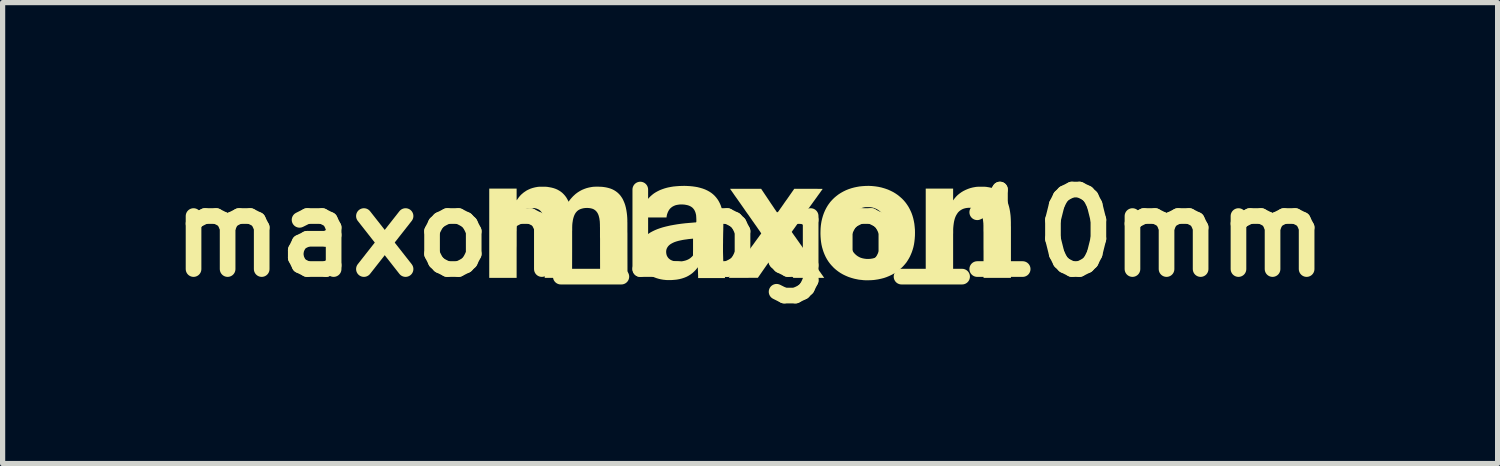
<source format=kicad_pcb>
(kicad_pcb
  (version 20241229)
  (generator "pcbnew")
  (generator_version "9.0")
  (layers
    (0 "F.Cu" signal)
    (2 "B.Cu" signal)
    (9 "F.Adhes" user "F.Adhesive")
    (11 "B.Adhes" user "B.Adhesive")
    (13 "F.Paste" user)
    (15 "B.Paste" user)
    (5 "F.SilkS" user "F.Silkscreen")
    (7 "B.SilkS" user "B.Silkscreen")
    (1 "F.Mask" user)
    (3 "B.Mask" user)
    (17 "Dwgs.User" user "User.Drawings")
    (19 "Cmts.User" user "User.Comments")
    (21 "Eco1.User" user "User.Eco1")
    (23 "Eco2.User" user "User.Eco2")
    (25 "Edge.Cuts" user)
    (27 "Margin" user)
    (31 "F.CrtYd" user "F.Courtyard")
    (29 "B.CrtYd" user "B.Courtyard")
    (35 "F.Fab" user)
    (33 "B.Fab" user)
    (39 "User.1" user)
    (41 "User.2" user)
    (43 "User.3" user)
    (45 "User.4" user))
  (footprint "maxon_Logo_10mm"
    (layer "F.Cu")
    (at 11.328 1.418)
    (property "Reference" "maxon_Logo_10mm" (at 0 0 0) (layer "F.SilkS") (effects (font (size 1.524 1.524) (thickness 0.3))))
    (attr board_only exclude_from_pos_files exclude_from_bom)
    (fp_poly (pts (xy 4.442 -0.889) (xy 4.463 -0.889) (xy 4.482 -0.889) (xy 4.5 -0.888) (xy 4.516 -0.887) (xy 4.527 -0.886) (xy 4.546 -0.883) (xy 4.565 -0.88) (xy 4.584 -0.877) (xy 4.602 -0.873) (xy 4.617 -0.87) (xy 4.621 -0.869) (xy 4.65 -0.861) (xy 4.678 -0.851) (xy 4.707 -0.839) (xy 4.734 -0.826) (xy 4.759 -0.812) (xy 4.773 -0.804) (xy 4.803 -0.782) (xy 4.83 -0.757) (xy 4.855 -0.73) (xy 4.879 -0.701) (xy 4.9 -0.668) (xy 4.919 -0.633) (xy 4.936 -0.595) (xy 4.95 -0.554) (xy 4.963 -0.51) (xy 4.974 -0.463) (xy 4.983 -0.413) (xy 4.99 -0.36) (xy 4.994 -0.325) (xy 4.994 -0.317) (xy 4.995 -0.309) (xy 4.995 -0.301) (xy 4.996 -0.293) (xy 4.996 -0.284) (xy 4.997 -0.275) (xy 4.997 -0.265) (xy 4.998 -0.254) (xy 4.998 -0.242) (xy 4.998 -0.229) (xy 4.999 -0.215) (xy 4.999 -0.2) (xy 4.999 -0.182) (xy 4.999 -0.163) (xy 4.999 -0.142) (xy 5 -0.119) (xy 5 -0.094) (xy 5 -0.067) (xy 5 -0.037) (xy 5 -0.005) (xy 5 0.03) (xy 5 0.068) (xy 5 0.108) (xy 5 0.152) (xy 5 0.2) (xy 5 0.25) (xy 5 0.305) (xy 5 0.329) (xy 5 0.858) (xy 4.475 0.858) (xy 4.475 0.35) (xy 4.474 0.291) (xy 4.474 0.237) (xy 4.474 0.186) (xy 4.474 0.139) (xy 4.474 0.095) (xy 4.474 0.055) (xy 4.474 0.018) (xy 4.474 -0.016) (xy 4.473 -0.046) (xy 4.473 -0.074) (xy 4.473 -0.098) (xy 4.473 -0.119) (xy 4.473 -0.137) (xy 4.473 -0.152) (xy 4.472 -0.164) (xy 4.472 -0.174) (xy 4.472 -0.181) (xy 4.472 -0.184) (xy 4.468 -0.221) (xy 4.464 -0.254) (xy 4.459 -0.283) (xy 4.452 -0.31) (xy 4.445 -0.334) (xy 4.437 -0.356) (xy 4.427 -0.376) (xy 4.417 -0.393) (xy 4.404 -0.409) (xy 4.394 -0.42) (xy 4.381 -0.433) (xy 4.367 -0.444) (xy 4.353 -0.453) (xy 4.34 -0.46) (xy 4.319 -0.469) (xy 4.298 -0.475) (xy 4.275 -0.48) (xy 4.251 -0.483) (xy 4.225 -0.485) (xy 4.189 -0.485) (xy 4.154 -0.482) (xy 4.122 -0.476) (xy 4.091 -0.467) (xy 4.063 -0.455) (xy 4.038 -0.44) (xy 4.014 -0.423) (xy 3.993 -0.403) (xy 3.981 -0.389) (xy 3.965 -0.365) (xy 3.95 -0.34) (xy 3.937 -0.313) (xy 3.926 -0.284) (xy 3.917 -0.252) (xy 3.909 -0.218) (xy 3.903 -0.18) (xy 3.898 -0.14) (xy 3.894 -0.096) (xy 3.894 -0.088) (xy 3.893 -0.083) (xy 3.893 -0.074) (xy 3.893 -0.061) (xy 3.893 -0.045) (xy 3.893 -0.026) (xy 3.893 -0.003) (xy 3.892 0.022) (xy 3.892 0.051) (xy 3.892 0.082) (xy 3.892 0.117) (xy 3.892 0.153) (xy 3.892 0.192) (xy 3.892 0.234) (xy 3.892 0.278) (xy 3.892 0.324) (xy 3.892 0.372) (xy 3.892 0.401) (xy 3.892 0.858) (xy 3.367 0.858) (xy 3.367 -0.853) (xy 3.892 -0.853) (xy 3.892 -0.626) (xy 3.903 -0.642) (xy 3.925 -0.671) (xy 3.95 -0.7) (xy 3.977 -0.727) (xy 4.008 -0.753) (xy 4.04 -0.776) (xy 4.051 -0.784) (xy 4.091 -0.808) (xy 4.134 -0.829) (xy 4.177 -0.847) (xy 4.223 -0.863) (xy 4.271 -0.875) (xy 4.321 -0.884) (xy 4.337 -0.886) (xy 4.349 -0.887) (xy 4.364 -0.888) (xy 4.382 -0.889) (xy 4.401 -0.889) (xy 4.422 -0.889)) (stroke (width 0) (type solid)) (fill yes) (layer "F.SilkS"))
    (fp_poly (pts (xy 2.338 -0.902) (xy 2.398 -0.896) (xy 2.457 -0.887) (xy 2.514 -0.875) (xy 2.57 -0.859) (xy 2.589 -0.853) (xy 2.643 -0.834) (xy 2.694 -0.811) (xy 2.744 -0.786) (xy 2.79 -0.758) (xy 2.835 -0.727) (xy 2.876 -0.693) (xy 2.911 -0.662) (xy 2.947 -0.625) (xy 2.979 -0.587) (xy 3.008 -0.547) (xy 3.035 -0.506) (xy 3.059 -0.462) (xy 3.081 -0.416) (xy 3.095 -0.384) (xy 3.112 -0.336) (xy 3.127 -0.285) (xy 3.139 -0.232) (xy 3.149 -0.177) (xy 3.155 -0.121) (xy 3.16 -0.064) (xy 3.161 -0.006) (xy 3.16 0.05) (xy 3.156 0.108) (xy 3.15 0.163) (xy 3.142 0.216) (xy 3.131 0.267) (xy 3.117 0.316) (xy 3.101 0.364) (xy 3.082 0.41) (xy 3.062 0.454) (xy 3.041 0.492) (xy 3.019 0.528) (xy 2.996 0.563) (xy 2.97 0.595) (xy 2.941 0.628) (xy 2.917 0.653) (xy 2.884 0.684) (xy 2.851 0.713) (xy 2.818 0.738) (xy 2.782 0.762) (xy 2.744 0.784) (xy 2.718 0.798) (xy 2.668 0.822) (xy 2.617 0.843) (xy 2.565 0.861) (xy 2.51 0.875) (xy 2.454 0.887) (xy 2.396 0.896) (xy 2.352 0.901) (xy 2.342 0.901) (xy 2.329 0.902) (xy 2.315 0.903) (xy 2.298 0.903) (xy 2.281 0.904) (xy 2.264 0.904) (xy 2.248 0.904) (xy 2.233 0.905) (xy 2.221 0.904) (xy 2.21 0.904) (xy 2.207 0.904) (xy 2.17 0.902) (xy 2.137 0.898) (xy 2.105 0.895) (xy 2.076 0.891) (xy 2.047 0.885) (xy 2.018 0.879) (xy 1.995 0.874) (xy 1.939 0.858) (xy 1.885 0.84) (xy 1.833 0.818) (xy 1.783 0.794) (xy 1.736 0.767) (xy 1.691 0.737) (xy 1.648 0.704) (xy 1.608 0.669) (xy 1.571 0.631) (xy 1.536 0.591) (xy 1.504 0.549) (xy 1.475 0.504) (xy 1.449 0.457) (xy 1.426 0.407) (xy 1.406 0.356) (xy 1.394 0.319) (xy 1.38 0.271) (xy 1.369 0.222) (xy 1.361 0.173) (xy 1.355 0.122) (xy 1.351 0.069) (xy 1.349 0.016) (xy 1.888 0.016) (xy 1.89 0.061) (xy 1.894 0.111) (xy 1.9 0.157) (xy 1.909 0.2) (xy 1.92 0.241) (xy 1.933 0.278) (xy 1.949 0.313) (xy 1.967 0.345) (xy 1.987 0.374) (xy 2.009 0.399) (xy 2.034 0.422) (xy 2.061 0.442) (xy 2.09 0.459) (xy 2.121 0.473) (xy 2.155 0.483) (xy 2.163 0.485) (xy 2.195 0.491) (xy 2.229 0.495) (xy 2.264 0.496) (xy 2.299 0.494) (xy 2.311 0.493) (xy 2.347 0.487) (xy 2.381 0.478) (xy 2.413 0.466) (xy 2.443 0.45) (xy 2.471 0.431) (xy 2.497 0.409) (xy 2.521 0.385) (xy 2.542 0.357) (xy 2.557 0.334) (xy 2.573 0.303) (xy 2.587 0.269) (xy 2.6 0.232) (xy 2.61 0.192) (xy 2.618 0.15) (xy 2.624 0.105) (xy 2.627 0.058) (xy 2.629 0.009) (xy 2.629 -0.001) (xy 2.628 -0.053) (xy 2.624 -0.102) (xy 2.618 -0.149) (xy 2.61 -0.193) (xy 2.599 -0.234) (xy 2.586 -0.272) (xy 2.571 -0.307) (xy 2.553 -0.34) (xy 2.533 -0.369) (xy 2.511 -0.396) (xy 2.487 -0.419) (xy 2.46 -0.44) (xy 2.431 -0.458) (xy 2.4 -0.472) (xy 2.366 -0.484) (xy 2.365 -0.485) (xy 2.35 -0.489) (xy 2.337 -0.492) (xy 2.323 -0.494) (xy 2.31 -0.496) (xy 2.295 -0.497) (xy 2.278 -0.497) (xy 2.258 -0.498) (xy 2.254 -0.498) (xy 2.238 -0.498) (xy 2.226 -0.498) (xy 2.217 -0.497) (xy 2.209 -0.497) (xy 2.202 -0.496) (xy 2.196 -0.495) (xy 2.189 -0.494) (xy 2.182 -0.493) (xy 2.18 -0.492) (xy 2.145 -0.483) (xy 2.112 -0.471) (xy 2.081 -0.456) (xy 2.053 -0.439) (xy 2.027 -0.418) (xy 2.003 -0.395) (xy 1.981 -0.368) (xy 1.964 -0.342) (xy 1.948 -0.313) (xy 1.933 -0.28) (xy 1.921 -0.245) (xy 1.91 -0.207) (xy 1.902 -0.166) (xy 1.895 -0.123) (xy 1.89 -0.079) (xy 1.888 -0.032) (xy 1.888 0.016) (xy 1.349 0.016) (xy 1.349 0.014) (xy 1.349 -0.003) (xy 1.35 -0.051) (xy 1.352 -0.097) (xy 1.356 -0.141) (xy 1.362 -0.184) (xy 1.369 -0.226) (xy 1.379 -0.269) (xy 1.383 -0.285) (xy 1.398 -0.336) (xy 1.416 -0.386) (xy 1.437 -0.435) (xy 1.461 -0.482) (xy 1.487 -0.526) (xy 1.506 -0.554) (xy 1.538 -0.597) (xy 1.573 -0.636) (xy 1.611 -0.674) (xy 1.651 -0.708) (xy 1.694 -0.741) (xy 1.739 -0.77) (xy 1.787 -0.797) (xy 1.836 -0.821) (xy 1.888 -0.842) (xy 1.942 -0.86) (xy 1.998 -0.875) (xy 2.036 -0.883) (xy 2.096 -0.894) (xy 2.156 -0.9) (xy 2.217 -0.904) (xy 2.277 -0.905)) (stroke (width 0) (type solid)) (fill yes) (layer "F.SilkS"))
    (fp_poly (pts (xy 1.159 -0.849) (xy 1.194 -0.849) (xy 1.225 -0.849) (xy 1.254 -0.849) (xy 1.279 -0.849) (xy 1.301 -0.848) (xy 1.32 -0.848) (xy 1.337 -0.848) (xy 1.351 -0.848) (xy 1.363 -0.848) (xy 1.372 -0.848) (xy 1.38 -0.848) (xy 1.385 -0.847) (xy 1.389 -0.847) (xy 1.391 -0.847) (xy 1.391 -0.846) (xy 1.391 -0.846) (xy 1.39 -0.845) (xy 1.387 -0.84) (xy 1.382 -0.833) (xy 1.374 -0.822) (xy 1.365 -0.81) (xy 1.354 -0.795) (xy 1.342 -0.777) (xy 1.328 -0.758) (xy 1.312 -0.736) (xy 1.295 -0.713) (xy 1.277 -0.687) (xy 1.257 -0.66) (xy 1.237 -0.632) (xy 1.215 -0.602) (xy 1.193 -0.571) (xy 1.169 -0.538) (xy 1.145 -0.505) (xy 1.121 -0.471) (xy 1.095 -0.436) (xy 1.07 -0.401) (xy 1.045 -0.366) (xy 1.021 -0.333) (xy 0.998 -0.3) (xy 0.975 -0.269) (xy 0.954 -0.239) (xy 0.933 -0.211) (xy 0.914 -0.184) (xy 0.895 -0.158) (xy 0.878 -0.135) (xy 0.863 -0.113) (xy 0.849 -0.094) (xy 0.836 -0.076) (xy 0.825 -0.061) (xy 0.816 -0.049) (xy 0.809 -0.039) (xy 0.804 -0.031) (xy 0.8 -0.027) (xy 0.799 -0.025) (xy 0.8 -0.022) (xy 0.802 -0.017) (xy 0.807 -0.009) (xy 0.814 0.001) (xy 0.817 0.005) (xy 0.821 0.01) (xy 0.826 0.018) (xy 0.833 0.028) (xy 0.842 0.041) (xy 0.853 0.056) (xy 0.865 0.073) (xy 0.879 0.092) (xy 0.893 0.113) (xy 0.909 0.135) (xy 0.926 0.159) (xy 0.943 0.183) (xy 0.961 0.209) (xy 0.98 0.235) (xy 0.999 0.262) (xy 0.999 0.263) (xy 1.021 0.293) (xy 1.043 0.324) (xy 1.066 0.357) (xy 1.09 0.391) (xy 1.115 0.425) (xy 1.139 0.46) (xy 1.163 0.493) (xy 1.186 0.527) (xy 1.209 0.559) (xy 1.23 0.589) (xy 1.251 0.617) (xy 1.269 0.644) (xy 1.285 0.666) (xy 1.301 0.689) (xy 1.317 0.712) (xy 1.332 0.733) (xy 1.347 0.753) (xy 1.36 0.772) (xy 1.372 0.789) (xy 1.383 0.805) (xy 1.393 0.818) (xy 1.401 0.83) (xy 1.407 0.839) (xy 1.412 0.845) (xy 1.414 0.849) (xy 1.415 0.849) (xy 1.421 0.858) (xy 0.829 0.858) (xy 0.66 0.612) (xy 0.491 0.365) (xy 0.486 0.372) (xy 0.484 0.374) (xy 0.481 0.379) (xy 0.475 0.387) (xy 0.468 0.397) (xy 0.459 0.41) (xy 0.448 0.426) (xy 0.436 0.443) (xy 0.423 0.462) (xy 0.409 0.483) (xy 0.393 0.505) (xy 0.377 0.529) (xy 0.36 0.554) (xy 0.342 0.58) (xy 0.323 0.606) (xy 0.315 0.618) (xy 0.149 0.857) (xy -0.13 0.858) (xy -0.408 0.858) (xy -0.395 0.841) (xy -0.391 0.834) (xy -0.384 0.825) (xy -0.375 0.813) (xy -0.365 0.799) (xy -0.353 0.783) (xy -0.339 0.764) (xy -0.325 0.744) (xy -0.309 0.722) (xy -0.291 0.699) (xy -0.273 0.674) (xy -0.254 0.648) (xy -0.234 0.621) (xy -0.214 0.592) (xy -0.192 0.563) (xy -0.171 0.533) (xy -0.148 0.503) (xy -0.126 0.473) (xy -0.103 0.442) (xy -0.081 0.411) (xy -0.058 0.38) (xy -0.036 0.349) (xy -0.014 0.319) (xy 0.008 0.289) (xy 0.029 0.26) (xy 0.05 0.232) (xy 0.07 0.205) (xy 0.089 0.178) (xy 0.107 0.153) (xy 0.124 0.13) (xy 0.14 0.108) (xy 0.155 0.088) (xy 0.168 0.07) (xy 0.18 0.053) (xy 0.19 0.039) (xy 0.199 0.027) (xy 0.206 0.018) (xy 0.21 0.011) (xy 0.213 0.007) (xy 0.214 0.006) (xy 0.213 0.005) (xy 0.21 -0.000167) (xy 0.205 -0.007) (xy 0.199 -0.017) (xy 0.191 -0.029) (xy 0.182 -0.042) (xy 0.172 -0.057) (xy 0.16 -0.073) (xy 0.148 -0.09) (xy 0.142 -0.1) (xy 0.136 -0.108) (xy 0.128 -0.119) (xy 0.119 -0.133) (xy 0.108 -0.148) (xy 0.095 -0.166) (xy 0.081 -0.186) (xy 0.066 -0.208) (xy 0.049 -0.231) (xy 0.032 -0.256) (xy 0.014 -0.282) (xy -0.006 -0.31) (xy -0.025 -0.338) (xy -0.046 -0.367) (xy -0.067 -0.396) (xy -0.088 -0.426) (xy -0.109 -0.457) (xy -0.13 -0.487) (xy -0.151 -0.517) (xy -0.172 -0.547) (xy -0.193 -0.577) (xy -0.213 -0.605) (xy -0.233 -0.634) (xy -0.252 -0.661) (xy -0.27 -0.686) (xy -0.288 -0.711) (xy -0.304 -0.734) (xy -0.319 -0.756) (xy -0.332 -0.775) (xy -0.345 -0.793) (xy -0.355 -0.808) (xy -0.365 -0.821) (xy -0.372 -0.831) (xy -0.377 -0.839) (xy -0.381 -0.844) (xy -0.381 -0.844) (xy -0.384 -0.849) (xy -0.086 -0.849) (xy 0.212 -0.849) (xy 0.366 -0.619) (xy 0.384 -0.592) (xy 0.401 -0.566) (xy 0.418 -0.542) (xy 0.434 -0.518) (xy 0.449 -0.496) (xy 0.462 -0.476) (xy 0.475 -0.457) (xy 0.487 -0.44) (xy 0.497 -0.425) (xy 0.505 -0.413) (xy 0.512 -0.403) (xy 0.517 -0.395) (xy 0.521 -0.39) (xy 0.522 -0.389) (xy 0.522 -0.389) (xy 0.524 -0.39) (xy 0.527 -0.394) (xy 0.532 -0.401) (xy 0.538 -0.409) (xy 0.546 -0.419) (xy 0.554 -0.431) (xy 0.557 -0.436) (xy 0.563 -0.443) (xy 0.57 -0.454) (xy 0.579 -0.467) (xy 0.59 -0.483) (xy 0.603 -0.5) (xy 0.616 -0.52) (xy 0.631 -0.54) (xy 0.646 -0.563) (xy 0.662 -0.586) (xy 0.679 -0.61) (xy 0.696 -0.634) (xy 0.714 -0.658) (xy 0.719 -0.666) (xy 0.847 -0.849) (xy 1.12 -0.849)) (stroke (width 0) (type solid)) (fill yes) (layer "F.SilkS"))
    (fp_poly (pts (xy -1.203 -0.903) (xy -1.15 -0.9) (xy -1.099 -0.895) (xy -1.05 -0.888) (xy -1.009 -0.881) (xy -0.958 -0.868) (xy -0.91 -0.854) (xy -0.864 -0.837) (xy -0.821 -0.817) (xy -0.781 -0.795) (xy -0.744 -0.771) (xy -0.71 -0.744) (xy -0.679 -0.715) (xy -0.65 -0.682) (xy -0.624 -0.648) (xy -0.601 -0.611) (xy -0.58 -0.571) (xy -0.562 -0.529) (xy -0.547 -0.484) (xy -0.535 -0.436) (xy -0.525 -0.386) (xy -0.518 -0.333) (xy -0.517 -0.321) (xy -0.516 -0.311) (xy -0.515 -0.3) (xy -0.514 -0.29) (xy -0.514 -0.278) (xy -0.513 -0.265) (xy -0.513 -0.251) (xy -0.513 -0.235) (xy -0.513 -0.218) (xy -0.513 -0.199) (xy -0.513 -0.178) (xy -0.513 -0.154) (xy -0.513 -0.127) (xy -0.514 -0.098) (xy -0.514 -0.066) (xy -0.515 -0.03) (xy -0.516 0.008) (xy -0.517 0.067) (xy -0.518 0.123) (xy -0.518 0.176) (xy -0.519 0.226) (xy -0.519 0.273) (xy -0.519 0.318) (xy -0.519 0.36) (xy -0.518 0.401) (xy -0.517 0.44) (xy -0.516 0.477) (xy -0.515 0.513) (xy -0.513 0.548) (xy -0.511 0.582) (xy -0.509 0.616) (xy -0.507 0.65) (xy -0.505 0.668) (xy -0.503 0.689) (xy -0.501 0.71) (xy -0.499 0.732) (xy -0.496 0.754) (xy -0.494 0.775) (xy -0.491 0.795) (xy -0.488 0.814) (xy -0.486 0.83) (xy -0.483 0.844) (xy -0.481 0.855) (xy -0.481 0.857) (xy -0.479 0.862) (xy -0.996 0.862) (xy -0.996 0.849) (xy -0.996 0.845) (xy -0.996 0.838) (xy -0.996 0.828) (xy -0.996 0.815) (xy -0.997 0.801) (xy -0.997 0.785) (xy -0.998 0.769) (xy -0.998 0.752) (xy -0.999 0.735) (xy -1 0.719) (xy -1 0.704) (xy -1.001 0.69) (xy -1.001 0.678) (xy -1.001 0.669) (xy -1.002 0.663) (xy -1.002 0.663) (xy -1.002 0.654) (xy -1.013 0.669) (xy -1.042 0.705) (xy -1.073 0.737) (xy -1.106 0.767) (xy -1.141 0.793) (xy -1.179 0.817) (xy -1.219 0.838) (xy -1.261 0.855) (xy -1.306 0.87) (xy -1.353 0.882) (xy -1.386 0.888) (xy -1.417 0.893) (xy -1.451 0.896) (xy -1.486 0.899) (xy -1.521 0.901) (xy -1.555 0.901) (xy -1.588 0.901) (xy -1.614 0.899) (xy -1.663 0.894) (xy -1.71 0.886) (xy -1.756 0.875) (xy -1.799 0.862) (xy -1.841 0.846) (xy -1.881 0.827) (xy -1.918 0.806) (xy -1.953 0.783) (xy -1.986 0.757) (xy -2.016 0.729) (xy -2.043 0.699) (xy -2.067 0.667) (xy -2.089 0.633) (xy -2.107 0.598) (xy -2.122 0.56) (xy -2.124 0.554) (xy -2.133 0.524) (xy -2.14 0.494) (xy -2.145 0.464) (xy -2.147 0.432) (xy -2.148 0.401) (xy -2.147 0.371) (xy -2.147 0.361) (xy -1.609 0.361) (xy -1.607 0.387) (xy -1.602 0.412) (xy -1.594 0.436) (xy -1.582 0.457) (xy -1.568 0.477) (xy -1.55 0.494) (xy -1.53 0.509) (xy -1.518 0.516) (xy -1.496 0.526) (xy -1.472 0.534) (xy -1.446 0.54) (xy -1.418 0.544) (xy -1.387 0.545) (xy -1.354 0.545) (xy -1.341 0.544) (xy -1.302 0.54) (xy -1.266 0.533) (xy -1.232 0.524) (xy -1.201 0.512) (xy -1.173 0.498) (xy -1.147 0.481) (xy -1.124 0.461) (xy -1.117 0.455) (xy -1.099 0.435) (xy -1.084 0.416) (xy -1.071 0.394) (xy -1.062 0.378) (xy -1.05 0.349) (xy -1.039 0.318) (xy -1.03 0.285) (xy -1.024 0.25) (xy -1.019 0.212) (xy -1.017 0.171) (xy -1.016 0.136) (xy -1.016 0.1) (xy -1.022 0.101) (xy -1.026 0.101) (xy -1.033 0.102) (xy -1.042 0.102) (xy -1.053 0.103) (xy -1.057 0.104) (xy -1.098 0.107) (xy -1.14 0.111) (xy -1.181 0.115) (xy -1.221 0.121) (xy -1.259 0.126) (xy -1.295 0.132) (xy -1.328 0.139) (xy -1.335 0.14) (xy -1.377 0.15) (xy -1.415 0.161) (xy -1.45 0.173) (xy -1.481 0.187) (xy -1.509 0.202) (xy -1.533 0.217) (xy -1.554 0.235) (xy -1.571 0.253) (xy -1.585 0.273) (xy -1.596 0.294) (xy -1.604 0.316) (xy -1.608 0.34) (xy -1.609 0.361) (xy -2.147 0.361) (xy -2.146 0.343) (xy -2.143 0.317) (xy -2.138 0.291) (xy -2.132 0.266) (xy -2.13 0.259) (xy -2.118 0.222) (xy -2.103 0.187) (xy -2.085 0.154) (xy -2.063 0.122) (xy -2.039 0.092) (xy -2.011 0.064) (xy -1.98 0.037) (xy -1.946 0.011) (xy -1.909 -0.013) (xy -1.868 -0.035) (xy -1.824 -0.056) (xy -1.776 -0.076) (xy -1.725 -0.094) (xy -1.671 -0.111) (xy -1.613 -0.126) (xy -1.552 -0.14) (xy -1.531 -0.145) (xy -1.464 -0.157) (xy -1.394 -0.169) (xy -1.321 -0.179) (xy -1.245 -0.188) (xy -1.166 -0.195) (xy -1.091 -0.201) (xy -1.076 -0.203) (xy -1.063 -0.204) (xy -1.052 -0.204) (xy -1.042 -0.205) (xy -1.036 -0.206) (xy -1.032 -0.206) (xy -1.031 -0.206) (xy -1.031 -0.207) (xy -1.03 -0.209) (xy -1.03 -0.213) (xy -1.03 -0.218) (xy -1.029 -0.226) (xy -1.03 -0.237) (xy -1.03 -0.25) (xy -1.03 -0.261) (xy -1.031 -0.284) (xy -1.032 -0.304) (xy -1.033 -0.321) (xy -1.034 -0.336) (xy -1.036 -0.35) (xy -1.039 -0.363) (xy -1.04 -0.368) (xy -1.048 -0.397) (xy -1.059 -0.424) (xy -1.072 -0.448) (xy -1.088 -0.469) (xy -1.106 -0.488) (xy -1.128 -0.504) (xy -1.151 -0.517) (xy -1.174 -0.527) (xy -1.2 -0.535) (xy -1.228 -0.541) (xy -1.258 -0.546) (xy -1.288 -0.548) (xy -1.319 -0.549) (xy -1.35 -0.548) (xy -1.38 -0.544) (xy -1.409 -0.539) (xy -1.435 -0.532) (xy -1.435 -0.532) (xy -1.463 -0.52) (xy -1.489 -0.506) (xy -1.512 -0.489) (xy -1.533 -0.47) (xy -1.551 -0.447) (xy -1.566 -0.422) (xy -1.579 -0.394) (xy -1.59 -0.364) (xy -1.595 -0.344) (xy -1.597 -0.334) (xy -1.599 -0.324) (xy -1.6 -0.316) (xy -1.601 -0.311) (xy -1.602 -0.299) (xy -2.093 -0.299) (xy -2.092 -0.307) (xy -2.089 -0.329) (xy -2.087 -0.347) (xy -2.084 -0.363) (xy -2.082 -0.378) (xy -2.079 -0.391) (xy -2.076 -0.405) (xy -2.073 -0.419) (xy -2.072 -0.424) (xy -2.058 -0.47) (xy -2.042 -0.514) (xy -2.022 -0.556) (xy -1.999 -0.596) (xy -1.974 -0.634) (xy -1.945 -0.669) (xy -1.913 -0.702) (xy -1.878 -0.733) (xy -1.842 -0.761) (xy -1.807 -0.783) (xy -1.769 -0.804) (xy -1.728 -0.824) (xy -1.684 -0.841) (xy -1.638 -0.857) (xy -1.591 -0.87) (xy -1.565 -0.876) (xy -1.518 -0.885) (xy -1.469 -0.893) (xy -1.417 -0.898) (xy -1.364 -0.902) (xy -1.31 -0.904) (xy -1.256 -0.905)) (stroke (width 0) (type solid)) (fill yes) (layer "F.SilkS"))
    (fp_poly (pts (xy -2.892 -0.889) (xy -2.865 -0.888) (xy -2.839 -0.887) (xy -2.815 -0.884) (xy -2.806 -0.883) (xy -2.761 -0.876) (xy -2.718 -0.866) (xy -2.678 -0.854) (xy -2.64 -0.839) (xy -2.605 -0.821) (xy -2.572 -0.8) (xy -2.542 -0.777) (xy -2.514 -0.751) (xy -2.488 -0.722) (xy -2.465 -0.69) (xy -2.443 -0.655) (xy -2.425 -0.617) (xy -2.408 -0.577) (xy -2.393 -0.533) (xy -2.381 -0.487) (xy -2.371 -0.437) (xy -2.363 -0.384) (xy -2.359 -0.35) (xy -2.358 -0.343) (xy -2.358 -0.337) (xy -2.357 -0.33) (xy -2.357 -0.324) (xy -2.356 -0.318) (xy -2.356 -0.311) (xy -2.355 -0.304) (xy -2.355 -0.297) (xy -2.354 -0.288) (xy -2.354 -0.28) (xy -2.354 -0.27) (xy -2.353 -0.259) (xy -2.353 -0.247) (xy -2.353 -0.233) (xy -2.353 -0.218) (xy -2.352 -0.202) (xy -2.352 -0.183) (xy -2.352 -0.163) (xy -2.352 -0.14) (xy -2.352 -0.116) (xy -2.352 -0.089) (xy -2.352 -0.06) (xy -2.352 -0.028) (xy -2.351 0.007) (xy -2.351 0.044) (xy -2.351 0.085) (xy -2.351 0.129) (xy -2.351 0.176) (xy -2.351 0.226) (xy -2.351 0.28) (xy -2.351 0.295) (xy -2.35 0.858) (xy -2.875 0.858) (xy -2.876 0.34) (xy -2.876 0.287) (xy -2.876 0.238) (xy -2.876 0.192) (xy -2.876 0.15) (xy -2.876 0.11) (xy -2.877 0.074) (xy -2.877 0.041) (xy -2.877 0.01) (xy -2.877 -0.018) (xy -2.877 -0.043) (xy -2.877 -0.066) (xy -2.877 -0.087) (xy -2.877 -0.106) (xy -2.878 -0.123) (xy -2.878 -0.138) (xy -2.878 -0.152) (xy -2.878 -0.164) (xy -2.879 -0.175) (xy -2.879 -0.185) (xy -2.879 -0.194) (xy -2.88 -0.201) (xy -2.88 -0.208) (xy -2.88 -0.215) (xy -2.881 -0.221) (xy -2.881 -0.226) (xy -2.882 -0.232) (xy -2.883 -0.237) (xy -2.883 -0.243) (xy -2.884 -0.248) (xy -2.889 -0.283) (xy -2.897 -0.315) (xy -2.905 -0.343) (xy -2.916 -0.369) (xy -2.928 -0.391) (xy -2.943 -0.411) (xy -2.952 -0.422) (xy -2.963 -0.432) (xy -2.976 -0.442) (xy -2.989 -0.451) (xy -2.999 -0.457) (xy -3.02 -0.466) (xy -3.045 -0.473) (xy -3.071 -0.478) (xy -3.1 -0.481) (xy -3.122 -0.482) (xy -3.158 -0.481) (xy -3.191 -0.477) (xy -3.221 -0.47) (xy -3.249 -0.461) (xy -3.274 -0.45) (xy -3.297 -0.436) (xy -3.317 -0.419) (xy -3.335 -0.399) (xy -3.347 -0.383) (xy -3.36 -0.361) (xy -3.372 -0.335) (xy -3.382 -0.307) (xy -3.391 -0.275) (xy -3.398 -0.241) (xy -3.401 -0.219) (xy -3.402 -0.213) (xy -3.403 -0.207) (xy -3.404 -0.201) (xy -3.405 -0.196) (xy -3.405 -0.19) (xy -3.406 -0.185) (xy -3.407 -0.179) (xy -3.407 -0.173) (xy -3.408 -0.166) (xy -3.408 -0.159) (xy -3.409 -0.15) (xy -3.409 -0.141) (xy -3.409 -0.131) (xy -3.41 -0.119) (xy -3.41 -0.106) (xy -3.41 -0.091) (xy -3.41 -0.074) (xy -3.41 -0.056) (xy -3.411 -0.035) (xy -3.411 -0.013) (xy -3.411 0.012) (xy -3.411 0.039) (xy -3.411 0.069) (xy -3.411 0.102) (xy -3.411 0.138) (xy -3.411 0.176) (xy -3.411 0.218) (xy -3.411 0.263) (xy -3.411 0.312) (xy -3.411 0.359) (xy -3.412 0.858) (xy -3.937 0.858) (xy -3.937 0.403) (xy -3.937 0.347) (xy -3.937 0.295) (xy -3.937 0.246) (xy -3.937 0.201) (xy -3.937 0.158) (xy -3.937 0.119) (xy -3.937 0.083) (xy -3.938 0.05) (xy -3.938 0.019) (xy -3.938 -0.009) (xy -3.938 -0.035) (xy -3.938 -0.059) (xy -3.939 -0.08) (xy -3.939 -0.1) (xy -3.939 -0.118) (xy -3.939 -0.134) (xy -3.94 -0.148) (xy -3.94 -0.161) (xy -3.941 -0.173) (xy -3.941 -0.183) (xy -3.942 -0.193) (xy -3.942 -0.202) (xy -3.943 -0.21) (xy -3.944 -0.217) (xy -3.944 -0.217) (xy -3.948 -0.255) (xy -3.954 -0.29) (xy -3.962 -0.321) (xy -3.971 -0.349) (xy -3.982 -0.374) (xy -3.995 -0.396) (xy -4.01 -0.416) (xy -4.027 -0.433) (xy -4.045 -0.447) (xy -4.066 -0.458) (xy -4.09 -0.468) (xy -4.115 -0.475) (xy -4.125 -0.477) (xy -4.136 -0.479) (xy -4.15 -0.48) (xy -4.166 -0.481) (xy -4.182 -0.481) (xy -4.199 -0.481) (xy -4.214 -0.481) (xy -4.226 -0.48) (xy -4.257 -0.476) (xy -4.286 -0.469) (xy -4.313 -0.459) (xy -4.338 -0.447) (xy -4.36 -0.433) (xy -4.38 -0.415) (xy -4.398 -0.395) (xy -4.413 -0.372) (xy -4.427 -0.345) (xy -4.439 -0.316) (xy -4.449 -0.284) (xy -4.457 -0.248) (xy -4.464 -0.209) (xy -4.466 -0.197) (xy -4.466 -0.19) (xy -4.467 -0.183) (xy -4.468 -0.177) (xy -4.469 -0.171) (xy -4.469 -0.165) (xy -4.47 -0.159) (xy -4.47 -0.152) (xy -4.471 -0.144) (xy -4.471 -0.137) (xy -4.472 -0.128) (xy -4.472 -0.118) (xy -4.472 -0.107) (xy -4.473 -0.095) (xy -4.473 -0.082) (xy -4.473 -0.067) (xy -4.473 -0.05) (xy -4.474 -0.031) (xy -4.474 -0.01) (xy -4.474 0.012) (xy -4.474 0.038) (xy -4.474 0.065) (xy -4.474 0.096) (xy -4.474 0.129) (xy -4.474 0.164) (xy -4.474 0.204) (xy -4.474 0.246) (xy -4.475 0.291) (xy -4.475 0.341) (xy -4.475 0.372) (xy -4.475 0.858) (xy -5 0.858) (xy -5 -0.853) (xy -4.475 -0.853) (xy -4.475 -0.739) (xy -4.475 -0.715) (xy -4.475 -0.694) (xy -4.475 -0.676) (xy -4.475 -0.662) (xy -4.475 -0.651) (xy -4.474 -0.642) (xy -4.474 -0.635) (xy -4.474 -0.631) (xy -4.473 -0.629) (xy -4.473 -0.629) (xy -4.473 -0.629) (xy -4.451 -0.661) (xy -4.43 -0.69) (xy -4.408 -0.716) (xy -4.385 -0.74) (xy -4.36 -0.761) (xy -4.352 -0.769) (xy -4.317 -0.794) (xy -4.282 -0.817) (xy -4.244 -0.836) (xy -4.205 -0.853) (xy -4.164 -0.866) (xy -4.121 -0.877) (xy -4.075 -0.885) (xy -4.071 -0.886) (xy -4.06 -0.887) (xy -4.046 -0.888) (xy -4.029 -0.889) (xy -4.01 -0.889) (xy -3.991 -0.889) (xy -3.97 -0.889) (xy -3.951 -0.889) (xy -3.932 -0.889) (xy -3.914 -0.888) (xy -3.899 -0.887) (xy -3.888 -0.886) (xy -3.844 -0.879) (xy -3.803 -0.871) (xy -3.765 -0.861) (xy -3.73 -0.849) (xy -3.697 -0.835) (xy -3.666 -0.818) (xy -3.637 -0.8) (xy -3.633 -0.797) (xy -3.603 -0.774) (xy -3.575 -0.747) (xy -3.549 -0.718) (xy -3.525 -0.686) (xy -3.504 -0.651) (xy -3.486 -0.616) (xy -3.479 -0.601) (xy -3.476 -0.606) (xy -3.459 -0.63) (xy -3.439 -0.655) (xy -3.417 -0.68) (xy -3.394 -0.705) (xy -3.37 -0.727) (xy -3.347 -0.748) (xy -3.341 -0.753) (xy -3.303 -0.781) (xy -3.263 -0.806) (xy -3.222 -0.828) (xy -3.179 -0.846) (xy -3.134 -0.862) (xy -3.087 -0.874) (xy -3.038 -0.883) (xy -3.019 -0.886) (xy -2.997 -0.888) (xy -2.973 -0.889) (xy -2.947 -0.89) (xy -2.92 -0.89)) (stroke (width 0) (type solid)) (fill yes) (layer "F.SilkS")))
  (gr_rect
    (start -3 -3)
    (end 25.657 5.836)
    (stroke (width 0.1) (type default))
    (fill no)
    (layer "Edge.Cuts")))
</source>
